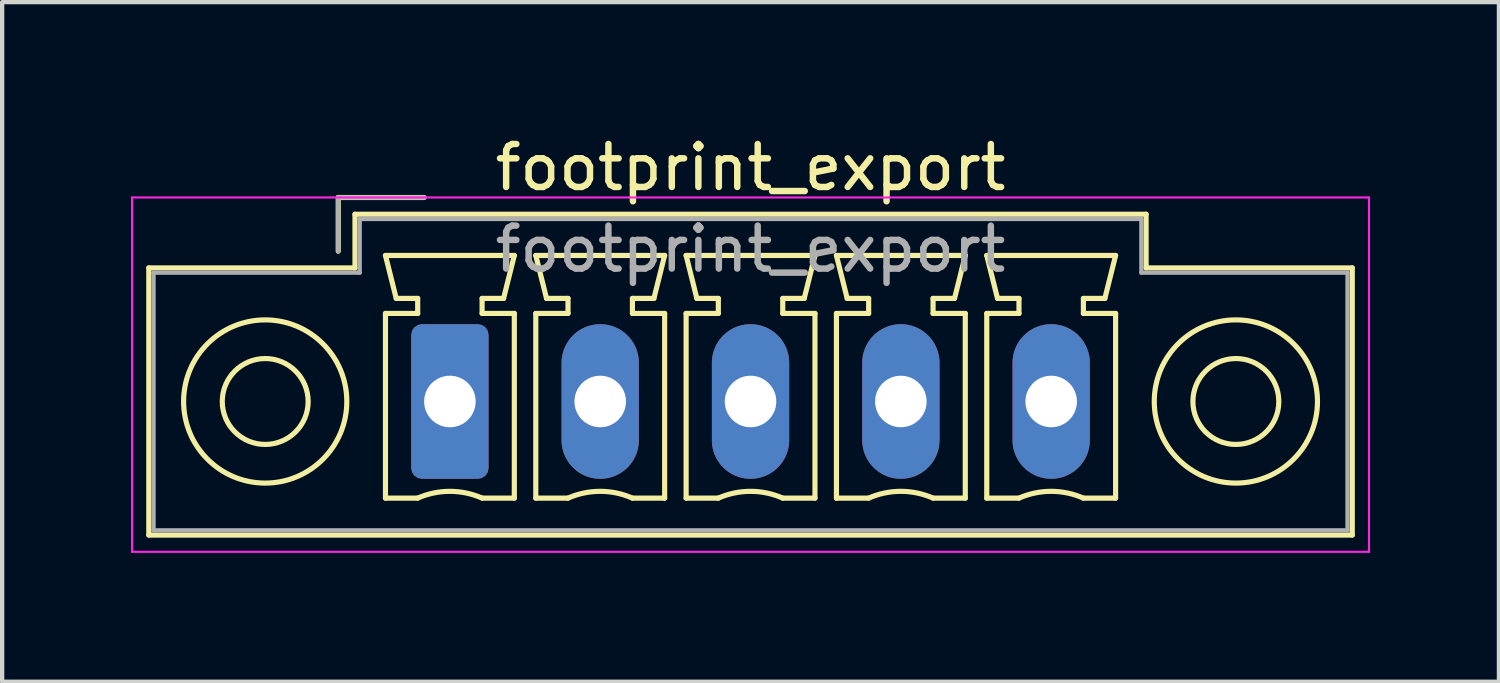
<source format=kicad_pcb>
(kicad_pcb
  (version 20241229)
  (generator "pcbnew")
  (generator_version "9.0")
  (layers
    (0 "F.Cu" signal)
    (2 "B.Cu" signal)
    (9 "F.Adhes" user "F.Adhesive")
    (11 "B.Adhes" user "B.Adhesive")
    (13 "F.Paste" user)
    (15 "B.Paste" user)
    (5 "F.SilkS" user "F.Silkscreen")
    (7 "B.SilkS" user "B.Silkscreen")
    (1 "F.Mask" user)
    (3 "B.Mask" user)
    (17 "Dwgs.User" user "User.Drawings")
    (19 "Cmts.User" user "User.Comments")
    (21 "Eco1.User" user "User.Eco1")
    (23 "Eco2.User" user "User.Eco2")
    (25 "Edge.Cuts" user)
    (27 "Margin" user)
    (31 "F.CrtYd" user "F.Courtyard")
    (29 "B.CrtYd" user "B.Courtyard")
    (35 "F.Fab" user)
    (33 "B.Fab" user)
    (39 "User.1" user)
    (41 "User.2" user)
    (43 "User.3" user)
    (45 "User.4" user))
  (footprint "footprint_export"
    (layer "F.Cu")
    (at 7.425 6.298)
    (property "Reference" "footprint_export" (at 7 -5.45 0) (layer "F.SilkS") (effects (font (size 1 1) (thickness 0.15))))
    (attr through_hole)
    (fp_line (start -7.01 -3.11) (end -7.01 3.11) (stroke (width 0.12) (type solid)) (layer "F.SilkS"))
    (fp_line (start -7.01 3.11) (end 21.01 3.11) (stroke (width 0.12) (type solid)) (layer "F.SilkS"))
    (fp_line (start -2.6 -4.75) (end -0.6 -4.75) (stroke (width 0.12) (type solid)) (layer "F.SilkS"))
    (fp_line (start -2.6 -3.5) (end -2.6 -4.75) (stroke (width 0.12) (type solid)) (layer "F.SilkS"))
    (fp_line (start -2.21 -4.36) (end -2.21 -3.11) (stroke (width 0.12) (type solid)) (layer "F.SilkS"))
    (fp_line (start -2.21 -3.11) (end -7.01 -3.11) (stroke (width 0.12) (type solid)) (layer "F.SilkS"))
    (fp_line (start -1.5 -3.4) (end 1.5 -3.4) (stroke (width 0.12) (type solid)) (layer "F.SilkS"))
    (fp_line (start -1.5 -2.05) (end -0.75 -2.05) (stroke (width 0.12) (type solid)) (layer "F.SilkS"))
    (fp_line (start -1.5 2.25) (end -1.5 -2.05) (stroke (width 0.12) (type solid)) (layer "F.SilkS"))
    (fp_line (start -1.25 -2.4) (end -1.5 -3.4) (stroke (width 0.12) (type solid)) (layer "F.SilkS"))
    (fp_line (start -0.75 -2.4) (end -1.25 -2.4) (stroke (width 0.12) (type solid)) (layer "F.SilkS"))
    (fp_line (start -0.75 -2.05) (end -0.75 -2.4) (stroke (width 0.12) (type solid)) (layer "F.SilkS"))
    (fp_line (start -0.75 2.25) (end -1.5 2.25) (stroke (width 0.12) (type solid)) (layer "F.SilkS"))
    (fp_line (start 0.75 -2.4) (end 0.75 -2.05) (stroke (width 0.12) (type solid)) (layer "F.SilkS"))
    (fp_line (start 0.75 -2.05) (end 1.5 -2.05) (stroke (width 0.12) (type solid)) (layer "F.SilkS"))
    (fp_line (start 1.25 -2.4) (end 0.75 -2.4) (stroke (width 0.12) (type solid)) (layer "F.SilkS"))
    (fp_line (start 1.5 -3.4) (end 1.25 -2.4) (stroke (width 0.12) (type solid)) (layer "F.SilkS"))
    (fp_line (start 1.5 -2.05) (end 1.5 2.25) (stroke (width 0.12) (type solid)) (layer "F.SilkS"))
    (fp_line (start 1.5 2.25) (end 0.75 2.25) (stroke (width 0.12) (type solid)) (layer "F.SilkS"))
    (fp_line (start 2 -3.4) (end 5 -3.4) (stroke (width 0.12) (type solid)) (layer "F.SilkS"))
    (fp_line (start 2 -2.05) (end 2.75 -2.05) (stroke (width 0.12) (type solid)) (layer "F.SilkS"))
    (fp_line (start 2 2.25) (end 2 -2.05) (stroke (width 0.12) (type solid)) (layer "F.SilkS"))
    (fp_line (start 2.25 -2.4) (end 2 -3.4) (stroke (width 0.12) (type solid)) (layer "F.SilkS"))
    (fp_line (start 2.75 -2.4) (end 2.25 -2.4) (stroke (width 0.12) (type solid)) (layer "F.SilkS"))
    (fp_line (start 2.75 -2.05) (end 2.75 -2.4) (stroke (width 0.12) (type solid)) (layer "F.SilkS"))
    (fp_line (start 2.75 2.25) (end 2 2.25) (stroke (width 0.12) (type solid)) (layer "F.SilkS"))
    (fp_line (start 4.25 -2.4) (end 4.25 -2.05) (stroke (width 0.12) (type solid)) (layer "F.SilkS"))
    (fp_line (start 4.25 -2.05) (end 5 -2.05) (stroke (width 0.12) (type solid)) (layer "F.SilkS"))
    (fp_line (start 4.75 -2.4) (end 4.25 -2.4) (stroke (width 0.12) (type solid)) (layer "F.SilkS"))
    (fp_line (start 5 -3.4) (end 4.75 -2.4) (stroke (width 0.12) (type solid)) (layer "F.SilkS"))
    (fp_line (start 5 -2.05) (end 5 2.25) (stroke (width 0.12) (type solid)) (layer "F.SilkS"))
    (fp_line (start 5 2.25) (end 4.25 2.25) (stroke (width 0.12) (type solid)) (layer "F.SilkS"))
    (fp_line (start 5.5 -3.4) (end 8.5 -3.4) (stroke (width 0.12) (type solid)) (layer "F.SilkS"))
    (fp_line (start 5.5 -2.05) (end 6.25 -2.05) (stroke (width 0.12) (type solid)) (layer "F.SilkS"))
    (fp_line (start 5.5 2.25) (end 5.5 -2.05) (stroke (width 0.12) (type solid)) (layer "F.SilkS"))
    (fp_line (start 5.75 -2.4) (end 5.5 -3.4) (stroke (width 0.12) (type solid)) (layer "F.SilkS"))
    (fp_line (start 6.25 -2.4) (end 5.75 -2.4) (stroke (width 0.12) (type solid)) (layer "F.SilkS"))
    (fp_line (start 6.25 -2.05) (end 6.25 -2.4) (stroke (width 0.12) (type solid)) (layer "F.SilkS"))
    (fp_line (start 6.25 2.25) (end 5.5 2.25) (stroke (width 0.12) (type solid)) (layer "F.SilkS"))
    (fp_line (start 7.75 -2.4) (end 7.75 -2.05) (stroke (width 0.12) (type solid)) (layer "F.SilkS"))
    (fp_line (start 7.75 -2.05) (end 8.5 -2.05) (stroke (width 0.12) (type solid)) (layer "F.SilkS"))
    (fp_line (start 8.25 -2.4) (end 7.75 -2.4) (stroke (width 0.12) (type solid)) (layer "F.SilkS"))
    (fp_line (start 8.5 -3.4) (end 8.25 -2.4) (stroke (width 0.12) (type solid)) (layer "F.SilkS"))
    (fp_line (start 8.5 -2.05) (end 8.5 2.25) (stroke (width 0.12) (type solid)) (layer "F.SilkS"))
    (fp_line (start 8.5 2.25) (end 7.75 2.25) (stroke (width 0.12) (type solid)) (layer "F.SilkS"))
    (fp_line (start 9 -3.4) (end 12 -3.4) (stroke (width 0.12) (type solid)) (layer "F.SilkS"))
    (fp_line (start 9 -2.05) (end 9.75 -2.05) (stroke (width 0.12) (type solid)) (layer "F.SilkS"))
    (fp_line (start 9 2.25) (end 9 -2.05) (stroke (width 0.12) (type solid)) (layer "F.SilkS"))
    (fp_line (start 9.25 -2.4) (end 9 -3.4) (stroke (width 0.12) (type solid)) (layer "F.SilkS"))
    (fp_line (start 9.75 -2.4) (end 9.25 -2.4) (stroke (width 0.12) (type solid)) (layer "F.SilkS"))
    (fp_line (start 9.75 -2.05) (end 9.75 -2.4) (stroke (width 0.12) (type solid)) (layer "F.SilkS"))
    (fp_line (start 9.75 2.25) (end 9 2.25) (stroke (width 0.12) (type solid)) (layer "F.SilkS"))
    (fp_line (start 11.25 -2.4) (end 11.25 -2.05) (stroke (width 0.12) (type solid)) (layer "F.SilkS"))
    (fp_line (start 11.25 -2.05) (end 12 -2.05) (stroke (width 0.12) (type solid)) (layer "F.SilkS"))
    (fp_line (start 11.75 -2.4) (end 11.25 -2.4) (stroke (width 0.12) (type solid)) (layer "F.SilkS"))
    (fp_line (start 12 -3.4) (end 11.75 -2.4) (stroke (width 0.12) (type solid)) (layer "F.SilkS"))
    (fp_line (start 12 -2.05) (end 12 2.25) (stroke (width 0.12) (type solid)) (layer "F.SilkS"))
    (fp_line (start 12 2.25) (end 11.25 2.25) (stroke (width 0.12) (type solid)) (layer "F.SilkS"))
    (fp_line (start 12.5 -3.4) (end 15.5 -3.4) (stroke (width 0.12) (type solid)) (layer "F.SilkS"))
    (fp_line (start 12.5 -2.05) (end 13.25 -2.05) (stroke (width 0.12) (type solid)) (layer "F.SilkS"))
    (fp_line (start 12.5 2.25) (end 12.5 -2.05) (stroke (width 0.12) (type solid)) (layer "F.SilkS"))
    (fp_line (start 12.75 -2.4) (end 12.5 -3.4) (stroke (width 0.12) (type solid)) (layer "F.SilkS"))
    (fp_line (start 13.25 -2.4) (end 12.75 -2.4) (stroke (width 0.12) (type solid)) (layer "F.SilkS"))
    (fp_line (start 13.25 -2.05) (end 13.25 -2.4) (stroke (width 0.12) (type solid)) (layer "F.SilkS"))
    (fp_line (start 13.25 2.25) (end 12.5 2.25) (stroke (width 0.12) (type solid)) (layer "F.SilkS"))
    (fp_line (start 14.75 -2.4) (end 14.75 -2.05) (stroke (width 0.12) (type solid)) (layer "F.SilkS"))
    (fp_line (start 14.75 -2.05) (end 15.5 -2.05) (stroke (width 0.12) (type solid)) (layer "F.SilkS"))
    (fp_line (start 15.25 -2.4) (end 14.75 -2.4) (stroke (width 0.12) (type solid)) (layer "F.SilkS"))
    (fp_line (start 15.5 -3.4) (end 15.25 -2.4) (stroke (width 0.12) (type solid)) (layer "F.SilkS"))
    (fp_line (start 15.5 -2.05) (end 15.5 2.25) (stroke (width 0.12) (type solid)) (layer "F.SilkS"))
    (fp_line (start 15.5 2.25) (end 14.75 2.25) (stroke (width 0.12) (type solid)) (layer "F.SilkS"))
    (fp_line (start 16.21 -4.36) (end -2.21 -4.36) (stroke (width 0.12) (type solid)) (layer "F.SilkS"))
    (fp_line (start 16.21 -3.11) (end 16.21 -4.36) (stroke (width 0.12) (type solid)) (layer "F.SilkS"))
    (fp_line (start 21.01 -3.11) (end 16.21 -3.11) (stroke (width 0.12) (type solid)) (layer "F.SilkS"))
    (fp_line (start 21.01 3.11) (end 21.01 -3.11) (stroke (width 0.12) (type solid)) (layer "F.SilkS"))
    (fp_arc (start -0.75 2.25) (mid -0.000193 2.09191) (end 0.749647 2.249844) (stroke (width 0.12) (type solid)) (layer "F.SilkS"))
    (fp_arc (start 2.75 2.25) (mid 3.499807 2.09191) (end 4.249647 2.249844) (stroke (width 0.12) (type solid)) (layer "F.SilkS"))
    (fp_arc (start 6.25 2.25) (mid 6.999807 2.09191) (end 7.749647 2.249844) (stroke (width 0.12) (type solid)) (layer "F.SilkS"))
    (fp_arc (start 9.75 2.25) (mid 10.499807 2.09191) (end 11.249647 2.249844) (stroke (width 0.12) (type solid)) (layer "F.SilkS"))
    (fp_arc (start 13.25 2.25) (mid 13.999807 2.09191) (end 14.749647 2.249844) (stroke (width 0.12) (type solid)) (layer "F.SilkS"))
    (fp_circle (center -4.3 0) (end -3.3 0) (stroke (width 0.12) (type solid)) (fill no) (layer "F.SilkS"))
    (fp_circle (center -4.3 0) (end -2.4 0) (stroke (width 0.12) (type solid)) (fill no) (layer "F.SilkS"))
    (fp_circle (center 18.3 0) (end 19.3 0) (stroke (width 0.12) (type solid)) (fill no) (layer "F.SilkS"))
    (fp_circle (center 18.3 0) (end 20.2 0) (stroke (width 0.12) (type solid)) (fill no) (layer "F.SilkS"))
    (fp_line (start -7.4 -4.75) (end -7.4 3.5) (stroke (width 0.05) (type solid)) (layer "F.CrtYd"))
    (fp_line (start -7.4 3.5) (end 21.4 3.5) (stroke (width 0.05) (type solid)) (layer "F.CrtYd"))
    (fp_line (start 21.4 -4.75) (end -7.4 -4.75) (stroke (width 0.05) (type solid)) (layer "F.CrtYd"))
    (fp_line (start 21.4 3.5) (end 21.4 -4.75) (stroke (width 0.05) (type solid)) (layer "F.CrtYd"))
    (fp_line (start -6.9 -3) (end -6.9 3) (stroke (width 0.1) (type solid)) (layer "F.Fab"))
    (fp_line (start -6.9 3) (end 20.9 3) (stroke (width 0.1) (type solid)) (layer "F.Fab"))
    (fp_line (start -2.6 -4.75) (end -0.6 -4.75) (stroke (width 0.1) (type solid)) (layer "F.Fab"))
    (fp_line (start -2.6 -3.5) (end -2.6 -4.75) (stroke (width 0.1) (type solid)) (layer "F.Fab"))
    (fp_line (start -2.1 -4.25) (end -2.1 -3) (stroke (width 0.1) (type solid)) (layer "F.Fab"))
    (fp_line (start -2.1 -3) (end -6.9 -3) (stroke (width 0.1) (type solid)) (layer "F.Fab"))
    (fp_line (start 16.1 -4.25) (end -2.1 -4.25) (stroke (width 0.1) (type solid)) (layer "F.Fab"))
    (fp_line (start 16.1 -3) (end 16.1 -4.25) (stroke (width 0.1) (type solid)) (layer "F.Fab"))
    (fp_line (start 20.9 -3) (end 16.1 -3) (stroke (width 0.1) (type solid)) (layer "F.Fab"))
    (fp_line (start 20.9 3) (end 20.9 -3) (stroke (width 0.1) (type solid)) (layer "F.Fab"))
    (fp_text user "${REFERENCE}" (at 7 -3.55 0) (layer "F.Fab") (effects (font (size 1 1) (thickness 0.15))))
    (pad "1" thru_hole roundrect (at 0 0) (size 1.8 3.6) (drill 1.2) (layers "*.Cu" "*.Mask") (roundrect_rratio 0.139))
    (pad "2" thru_hole oval (at 3.5 0) (size 1.8 3.6) (drill 1.2) (layers "*.Cu" "*.Mask"))
    (pad "3" thru_hole oval (at 7 0) (size 1.8 3.6) (drill 1.2) (layers "*.Cu" "*.Mask"))
    (pad "4" thru_hole oval (at 10.5 0) (size 1.8 3.6) (drill 1.2) (layers "*.Cu" "*.Mask"))
    (pad "5" thru_hole oval (at 14 0) (size 1.8 3.6) (drill 1.2) (layers "*.Cu" "*.Mask")))
  (gr_rect
    (start -3 -3)
    (end 31.85 12.823)
    (stroke (width 0.1) (type default))
    (fill no)
    (layer "Edge.Cuts")))
</source>
